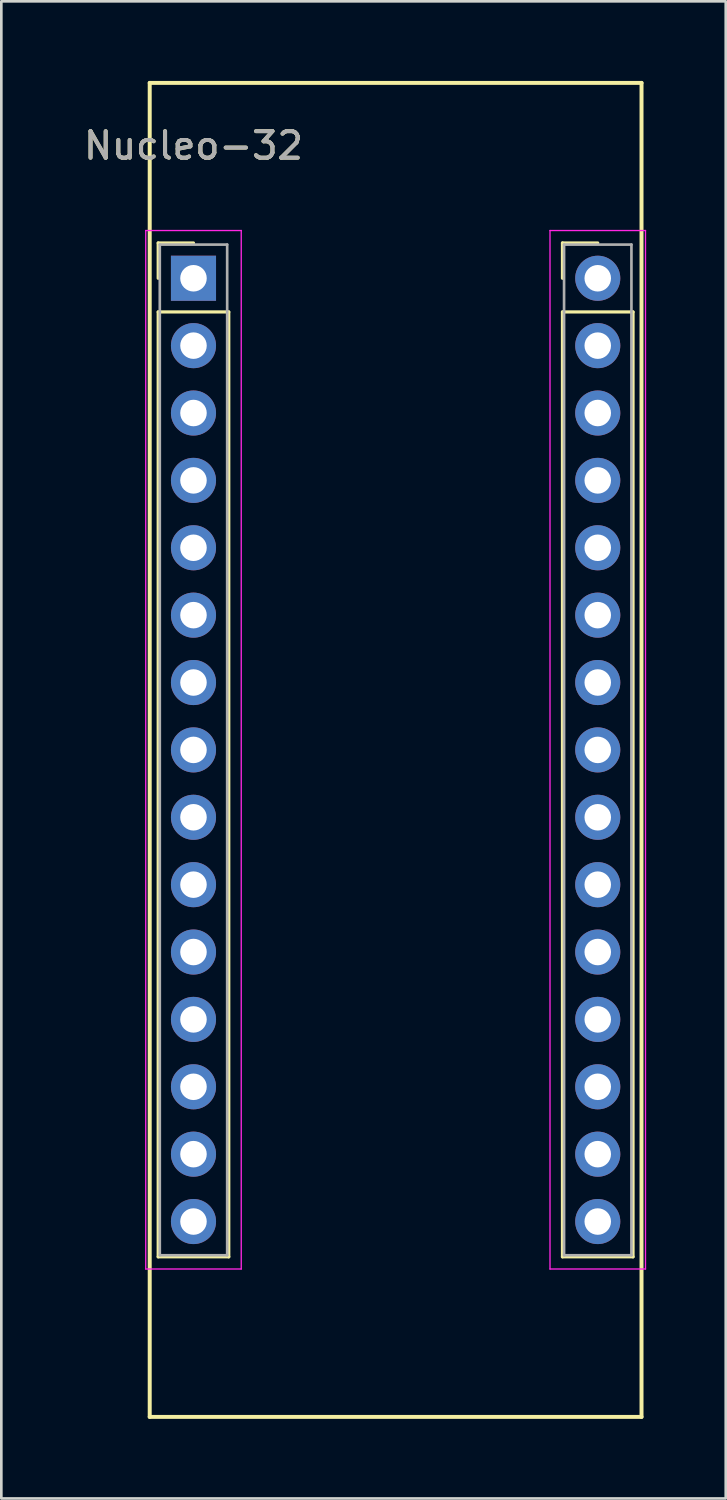
<source format=kicad_pcb>
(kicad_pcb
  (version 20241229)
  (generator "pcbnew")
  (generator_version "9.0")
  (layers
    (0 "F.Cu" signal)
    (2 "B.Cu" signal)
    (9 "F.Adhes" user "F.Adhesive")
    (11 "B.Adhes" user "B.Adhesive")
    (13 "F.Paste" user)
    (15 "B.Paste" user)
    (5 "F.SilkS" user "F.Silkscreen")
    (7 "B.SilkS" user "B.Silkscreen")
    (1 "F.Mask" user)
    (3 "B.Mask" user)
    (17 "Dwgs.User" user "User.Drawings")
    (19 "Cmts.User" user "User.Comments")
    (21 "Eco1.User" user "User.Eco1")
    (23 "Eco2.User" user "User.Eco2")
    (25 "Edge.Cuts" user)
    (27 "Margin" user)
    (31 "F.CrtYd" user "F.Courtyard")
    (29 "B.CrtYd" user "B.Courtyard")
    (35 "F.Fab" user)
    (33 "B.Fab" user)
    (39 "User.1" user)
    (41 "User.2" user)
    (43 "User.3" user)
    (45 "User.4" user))
  (footprint "Nucleo-32"
    (layer "F.Cu")
    (at 4.244 7.44)
    (property "Reference" "Nucleo-32" (at 0 -5 0) (layer "F.SilkS") (effects (font (size 1 1) (thickness 0.15))))
    (attr through_hole)
    (fp_line (start -1.65 -7.365) (end -1.65 42.925) (stroke (width 0.15) (type solid)) (layer "F.SilkS"))
    (fp_line (start -1.33 -1.33) (end 0 -1.33) (stroke (width 0.12) (type solid)) (layer "F.SilkS"))
    (fp_line (start -1.33 0) (end -1.33 -1.33) (stroke (width 0.12) (type solid)) (layer "F.SilkS"))
    (fp_line (start -1.33 1.27) (end -1.33 36.89) (stroke (width 0.12) (type solid)) (layer "F.SilkS"))
    (fp_line (start -1.33 36.89) (end 1.33 36.89) (stroke (width 0.12) (type solid)) (layer "F.SilkS"))
    (fp_line (start 1.33 1.27) (end -1.33 1.27) (stroke (width 0.12) (type solid)) (layer "F.SilkS"))
    (fp_line (start 1.33 36.89) (end 1.33 1.27) (stroke (width 0.12) (type solid)) (layer "F.SilkS"))
    (fp_line (start 13.91 -1.33) (end 15.24 -1.33) (stroke (width 0.12) (type solid)) (layer "F.SilkS"))
    (fp_line (start 13.91 0) (end 13.91 -1.33) (stroke (width 0.12) (type solid)) (layer "F.SilkS"))
    (fp_line (start 13.91 1.27) (end 13.91 36.89) (stroke (width 0.12) (type solid)) (layer "F.SilkS"))
    (fp_line (start 13.91 36.89) (end 16.57 36.89) (stroke (width 0.12) (type solid)) (layer "F.SilkS"))
    (fp_line (start 16.57 1.27) (end 13.91 1.27) (stroke (width 0.12) (type solid)) (layer "F.SilkS"))
    (fp_line (start 16.57 36.89) (end 16.57 1.27) (stroke (width 0.12) (type solid)) (layer "F.SilkS"))
    (fp_line (start 16.89 -7.365) (end -1.65 -7.365) (stroke (width 0.15) (type solid)) (layer "F.SilkS"))
    (fp_line (start 16.89 -7.365) (end 16.89 42.925) (stroke (width 0.15) (type solid)) (layer "F.SilkS"))
    (fp_line (start 16.89 42.925) (end -1.65 42.925) (stroke (width 0.15) (type solid)) (layer "F.SilkS"))
    (fp_line (start -1.8 -1.8) (end -1.8 37.35) (stroke (width 0.05) (type solid)) (layer "F.CrtYd"))
    (fp_line (start -1.8 37.35) (end 1.8 37.35) (stroke (width 0.05) (type solid)) (layer "F.CrtYd"))
    (fp_line (start 1.8 -1.8) (end -1.8 -1.8) (stroke (width 0.05) (type solid)) (layer "F.CrtYd"))
    (fp_line (start 1.8 37.35) (end 1.8 -1.8) (stroke (width 0.05) (type solid)) (layer "F.CrtYd"))
    (fp_line (start 13.44 -1.8) (end 13.44 37.35) (stroke (width 0.05) (type solid)) (layer "F.CrtYd"))
    (fp_line (start 13.44 37.35) (end 17.04 37.35) (stroke (width 0.05) (type solid)) (layer "F.CrtYd"))
    (fp_line (start 17.04 -1.8) (end 13.44 -1.8) (stroke (width 0.05) (type solid)) (layer "F.CrtYd"))
    (fp_line (start 17.04 37.35) (end 17.04 -1.8) (stroke (width 0.05) (type solid)) (layer "F.CrtYd"))
    (fp_line (start -1.27 -1.27) (end -1.27 36.83) (stroke (width 0.1) (type solid)) (layer "F.Fab"))
    (fp_line (start -1.27 36.83) (end 1.27 36.83) (stroke (width 0.1) (type solid)) (layer "F.Fab"))
    (fp_line (start 1.27 -1.27) (end -1.27 -1.27) (stroke (width 0.1) (type solid)) (layer "F.Fab"))
    (fp_line (start 1.27 36.83) (end 1.27 -1.27) (stroke (width 0.1) (type solid)) (layer "F.Fab"))
    (fp_line (start 13.97 -1.27) (end 13.97 36.83) (stroke (width 0.1) (type solid)) (layer "F.Fab"))
    (fp_line (start 13.97 36.83) (end 16.51 36.83) (stroke (width 0.1) (type solid)) (layer "F.Fab"))
    (fp_line (start 16.51 -1.27) (end 13.97 -1.27) (stroke (width 0.1) (type solid)) (layer "F.Fab"))
    (fp_line (start 16.51 36.83) (end 16.51 -1.27) (stroke (width 0.1) (type solid)) (layer "F.Fab"))
    (fp_text user "${REFERENCE}" (at 0 -5 0) (layer "F.Fab") (effects (font (size 1 1) (thickness 0.15))))
    (pad "1" thru_hole rect (at 0 0) (size 1.7 1.7) (drill 1) (layers "*.Cu" "*.Mask"))
    (pad "2" thru_hole circle (at 15.24 0) (size 1.7 1.7) (drill 1) (layers "*.Cu" "*.Mask"))
    (pad "3" thru_hole oval (at 0 2.54) (size 1.7 1.7) (drill 1) (layers "*.Cu" "*.Mask"))
    (pad "4" thru_hole oval (at 15.24 2.54) (size 1.7 1.7) (drill 1) (layers "*.Cu" "*.Mask"))
    (pad "5" thru_hole oval (at 0 5.08) (size 1.7 1.7) (drill 1) (layers "*.Cu" "*.Mask"))
    (pad "6" thru_hole oval (at 15.24 5.08) (size 1.7 1.7) (drill 1) (layers "*.Cu" "*.Mask"))
    (pad "7" thru_hole oval (at 0 7.62) (size 1.7 1.7) (drill 1) (layers "*.Cu" "*.Mask"))
    (pad "8" thru_hole oval (at 15.24 7.62) (size 1.7 1.7) (drill 1) (layers "*.Cu" "*.Mask"))
    (pad "9" thru_hole oval (at 0 10.16) (size 1.7 1.7) (drill 1) (layers "*.Cu" "*.Mask"))
    (pad "10" thru_hole oval (at 15.24 10.16) (size 1.7 1.7) (drill 1) (layers "*.Cu" "*.Mask"))
    (pad "11" thru_hole oval (at 0 12.7) (size 1.7 1.7) (drill 1) (layers "*.Cu" "*.Mask"))
    (pad "12" thru_hole oval (at 15.24 12.7) (size 1.7 1.7) (drill 1) (layers "*.Cu" "*.Mask"))
    (pad "13" thru_hole oval (at 0 15.24) (size 1.7 1.7) (drill 1) (layers "*.Cu" "*.Mask"))
    (pad "14" thru_hole oval (at 15.24 15.24) (size 1.7 1.7) (drill 1) (layers "*.Cu" "*.Mask"))
    (pad "15" thru_hole oval (at 0 17.78) (size 1.7 1.7) (drill 1) (layers "*.Cu" "*.Mask"))
    (pad "16" thru_hole oval (at 15.24 17.78) (size 1.7 1.7) (drill 1) (layers "*.Cu" "*.Mask"))
    (pad "17" thru_hole oval (at 0 20.32) (size 1.7 1.7) (drill 1) (layers "*.Cu" "*.Mask"))
    (pad "18" thru_hole oval (at 15.24 20.32) (size 1.7 1.7) (drill 1) (layers "*.Cu" "*.Mask"))
    (pad "19" thru_hole oval (at 0 22.86) (size 1.7 1.7) (drill 1) (layers "*.Cu" "*.Mask"))
    (pad "20" thru_hole oval (at 15.24 22.86) (size 1.7 1.7) (drill 1) (layers "*.Cu" "*.Mask"))
    (pad "21" thru_hole oval (at 0 25.4) (size 1.7 1.7) (drill 1) (layers "*.Cu" "*.Mask"))
    (pad "22" thru_hole oval (at 15.24 25.4) (size 1.7 1.7) (drill 1) (layers "*.Cu" "*.Mask"))
    (pad "23" thru_hole oval (at 0 27.94) (size 1.7 1.7) (drill 1) (layers "*.Cu" "*.Mask"))
    (pad "24" thru_hole oval (at 15.24 27.94) (size 1.7 1.7) (drill 1) (layers "*.Cu" "*.Mask"))
    (pad "25" thru_hole oval (at 0 30.48) (size 1.7 1.7) (drill 1) (layers "*.Cu" "*.Mask"))
    (pad "26" thru_hole oval (at 15.24 30.48) (size 1.7 1.7) (drill 1) (layers "*.Cu" "*.Mask"))
    (pad "27" thru_hole oval (at 0 33.02) (size 1.7 1.7) (drill 1) (layers "*.Cu" "*.Mask"))
    (pad "28" thru_hole oval (at 15.24 33.02) (size 1.7 1.7) (drill 1) (layers "*.Cu" "*.Mask"))
    (pad "29" thru_hole oval (at 0 35.56) (size 1.7 1.7) (drill 1) (layers "*.Cu" "*.Mask"))
    (pad "30" thru_hole oval (at 15.24 35.56) (size 1.7 1.7) (drill 1) (layers "*.Cu" "*.Mask")))
  (gr_rect
    (start -3 -3)
    (end 24.309 53.44)
    (stroke (width 0.1) (type default))
    (fill no)
    (layer "Edge.Cuts")))
</source>
